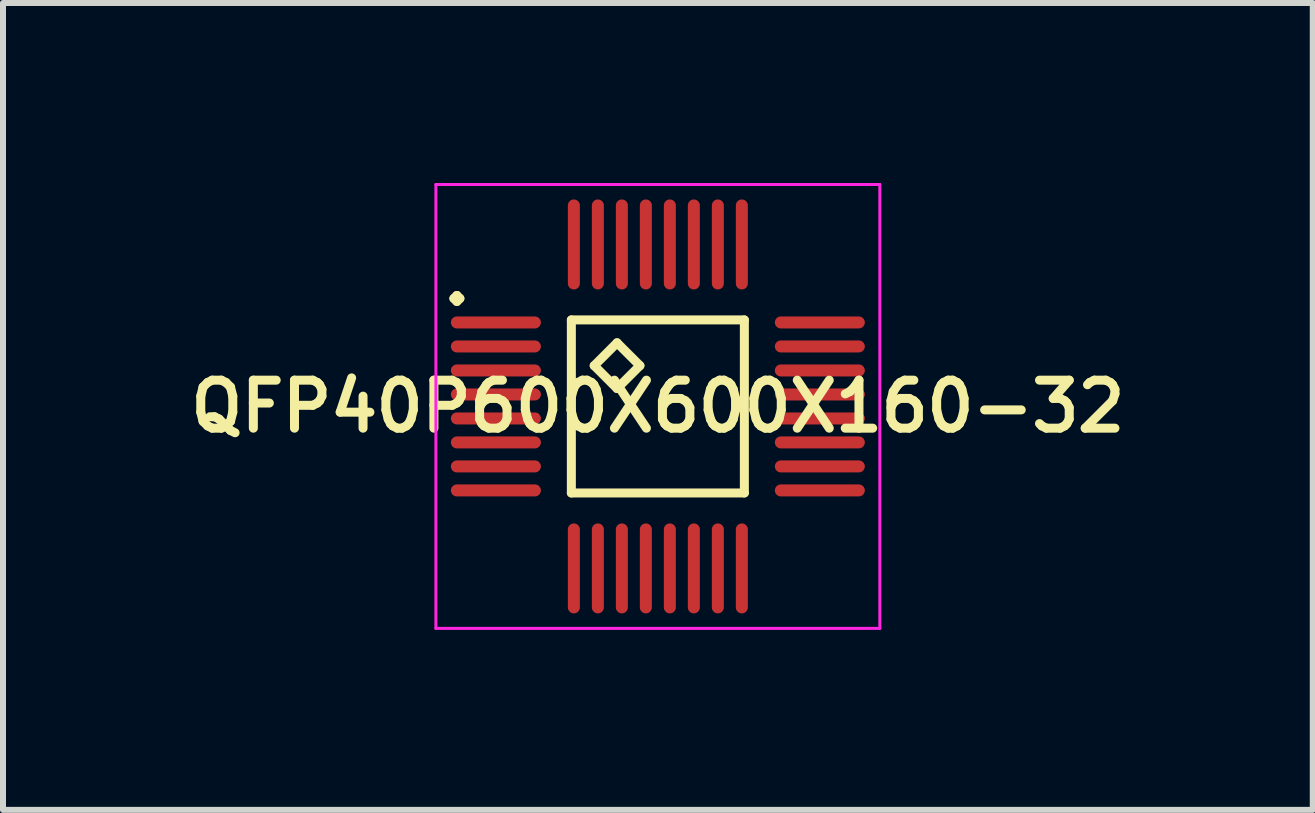
<source format=kicad_pcb>
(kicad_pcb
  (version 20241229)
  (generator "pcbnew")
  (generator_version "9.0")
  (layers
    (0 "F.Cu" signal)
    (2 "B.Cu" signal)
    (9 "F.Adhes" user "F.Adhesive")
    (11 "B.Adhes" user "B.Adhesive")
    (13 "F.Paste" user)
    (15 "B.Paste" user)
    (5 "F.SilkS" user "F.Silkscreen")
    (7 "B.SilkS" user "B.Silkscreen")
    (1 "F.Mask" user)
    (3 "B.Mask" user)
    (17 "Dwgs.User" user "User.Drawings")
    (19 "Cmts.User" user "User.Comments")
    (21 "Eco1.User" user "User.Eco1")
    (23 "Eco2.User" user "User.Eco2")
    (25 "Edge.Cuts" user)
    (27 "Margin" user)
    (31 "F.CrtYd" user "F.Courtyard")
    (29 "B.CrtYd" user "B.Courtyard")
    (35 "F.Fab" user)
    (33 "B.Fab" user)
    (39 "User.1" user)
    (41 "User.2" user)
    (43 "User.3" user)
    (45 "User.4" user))
  (footprint "QFP40P600X600X160-32"
    (layer "F.Cu")
    (at 7.916 3.725)
    (property "Reference" "QFP40P600X600X160-32" (at 0 0 0) (layer "F.SilkS") (effects (font (size 0.8 0.8) (thickness 0.15))))
    (attr smd)
    (fp_line (start -3.4 -1.8) (end -3.35 -1.85) (stroke (width 0.15) (type solid)) (layer "F.SilkS"))
    (fp_line (start -3.35 -1.85) (end -3.3 -1.8) (stroke (width 0.15) (type solid)) (layer "F.SilkS"))
    (fp_line (start -3.35 -1.75) (end -3.4 -1.8) (stroke (width 0.15) (type solid)) (layer "F.SilkS"))
    (fp_line (start -3.3 -1.8) (end -3.35 -1.75) (stroke (width 0.15) (type solid)) (layer "F.SilkS"))
    (fp_line (start -1.442 -1.442) (end -1.442 1.442) (stroke (width 0.15) (type solid)) (layer "F.SilkS"))
    (fp_line (start -1.442 1.442) (end 1.442 1.442) (stroke (width 0.15) (type solid)) (layer "F.SilkS"))
    (fp_line (start -1.061 -0.68) (end -0.68 -1.061) (stroke (width 0.15) (type solid)) (layer "F.SilkS"))
    (fp_line (start -0.68 -1.061) (end -0.299 -0.68) (stroke (width 0.15) (type solid)) (layer "F.SilkS"))
    (fp_line (start -0.68 -0.299) (end -1.061 -0.68) (stroke (width 0.15) (type solid)) (layer "F.SilkS"))
    (fp_line (start -0.299 -0.68) (end -0.68 -0.299) (stroke (width 0.15) (type solid)) (layer "F.SilkS"))
    (fp_line (start 1.442 -1.442) (end -1.442 -1.442) (stroke (width 0.15) (type solid)) (layer "F.SilkS"))
    (fp_line (start 1.442 1.442) (end 1.442 -1.442) (stroke (width 0.15) (type solid)) (layer "F.SilkS"))
    (fp_line (start -3.7 -3.7) (end 3.7 -3.7) (stroke (width 0.05) (type solid)) (layer "F.CrtYd"))
    (fp_line (start -3.7 3.7) (end -3.7 -3.7) (stroke (width 0.05) (type solid)) (layer "F.CrtYd"))
    (fp_line (start 3.7 -3.7) (end 3.7 3.7) (stroke (width 0.05) (type solid)) (layer "F.CrtYd"))
    (fp_line (start 3.7 3.7) (end -3.7 3.7) (stroke (width 0.05) (type solid)) (layer "F.CrtYd"))
    (pad "1" smd oval (at -2.7 -1.4) (size 1.5 0.2) (layers "F.Cu" "F.Mask" "F.Paste"))
    (pad "2" smd oval (at -2.7 -1) (size 1.5 0.2) (layers "F.Cu" "F.Mask" "F.Paste"))
    (pad "3" smd oval (at -2.7 -0.6) (size 1.5 0.2) (layers "F.Cu" "F.Mask" "F.Paste"))
    (pad "4" smd oval (at -2.7 -0.2) (size 1.5 0.2) (layers "F.Cu" "F.Mask" "F.Paste"))
    (pad "5" smd oval (at -2.7 0.2) (size 1.5 0.2) (layers "F.Cu" "F.Mask" "F.Paste"))
    (pad "6" smd oval (at -2.7 0.6) (size 1.5 0.2) (layers "F.Cu" "F.Mask" "F.Paste"))
    (pad "7" smd oval (at -2.7 1) (size 1.5 0.2) (layers "F.Cu" "F.Mask" "F.Paste"))
    (pad "8" smd oval (at -2.7 1.4) (size 1.5 0.2) (layers "F.Cu" "F.Mask" "F.Paste"))
    (pad "9" smd oval (at -1.4 2.7) (size 0.2 1.5) (layers "F.Cu" "F.Mask" "F.Paste"))
    (pad "10" smd oval (at -1 2.7) (size 0.2 1.5) (layers "F.Cu" "F.Mask" "F.Paste"))
    (pad "11" smd oval (at -0.6 2.7) (size 0.2 1.5) (layers "F.Cu" "F.Mask" "F.Paste"))
    (pad "12" smd oval (at -0.2 2.7) (size 0.2 1.5) (layers "F.Cu" "F.Mask" "F.Paste"))
    (pad "13" smd oval (at 0.2 2.7) (size 0.2 1.5) (layers "F.Cu" "F.Mask" "F.Paste"))
    (pad "14" smd oval (at 0.6 2.7) (size 0.2 1.5) (layers "F.Cu" "F.Mask" "F.Paste"))
    (pad "15" smd oval (at 1 2.7) (size 0.2 1.5) (layers "F.Cu" "F.Mask" "F.Paste"))
    (pad "16" smd oval (at 1.4 2.7) (size 0.2 1.5) (layers "F.Cu" "F.Mask" "F.Paste"))
    (pad "17" smd oval (at 2.7 1.4) (size 1.5 0.2) (layers "F.Cu" "F.Mask" "F.Paste"))
    (pad "18" smd oval (at 2.7 1) (size 1.5 0.2) (layers "F.Cu" "F.Mask" "F.Paste"))
    (pad "19" smd oval (at 2.7 0.6) (size 1.5 0.2) (layers "F.Cu" "F.Mask" "F.Paste"))
    (pad "20" smd oval (at 2.7 0.2) (size 1.5 0.2) (layers "F.Cu" "F.Mask" "F.Paste"))
    (pad "21" smd oval (at 2.7 -0.2) (size 1.5 0.2) (layers "F.Cu" "F.Mask" "F.Paste"))
    (pad "22" smd oval (at 2.7 -0.6) (size 1.5 0.2) (layers "F.Cu" "F.Mask" "F.Paste"))
    (pad "23" smd oval (at 2.7 -1) (size 1.5 0.2) (layers "F.Cu" "F.Mask" "F.Paste"))
    (pad "24" smd oval (at 2.7 -1.4) (size 1.5 0.2) (layers "F.Cu" "F.Mask" "F.Paste"))
    (pad "25" smd oval (at 1.4 -2.7) (size 0.2 1.5) (layers "F.Cu" "F.Mask" "F.Paste"))
    (pad "26" smd oval (at 1 -2.7) (size 0.2 1.5) (layers "F.Cu" "F.Mask" "F.Paste"))
    (pad "27" smd oval (at 0.6 -2.7) (size 0.2 1.5) (layers "F.Cu" "F.Mask" "F.Paste"))
    (pad "28" smd oval (at 0.2 -2.7) (size 0.2 1.5) (layers "F.Cu" "F.Mask" "F.Paste"))
    (pad "29" smd oval (at -0.2 -2.7) (size 0.2 1.5) (layers "F.Cu" "F.Mask" "F.Paste"))
    (pad "30" smd oval (at -0.6 -2.7) (size 0.2 1.5) (layers "F.Cu" "F.Mask" "F.Paste"))
    (pad "31" smd oval (at -1 -2.7) (size 0.2 1.5) (layers "F.Cu" "F.Mask" "F.Paste"))
    (pad "32" smd oval (at -1.4 -2.7) (size 0.2 1.5) (layers "F.Cu" "F.Mask" "F.Paste")))
  (gr_rect
    (start -3 -3)
    (end 18.833 10.45)
    (stroke (width 0.1) (type default))
    (fill no)
    (layer "Edge.Cuts")))
</source>
